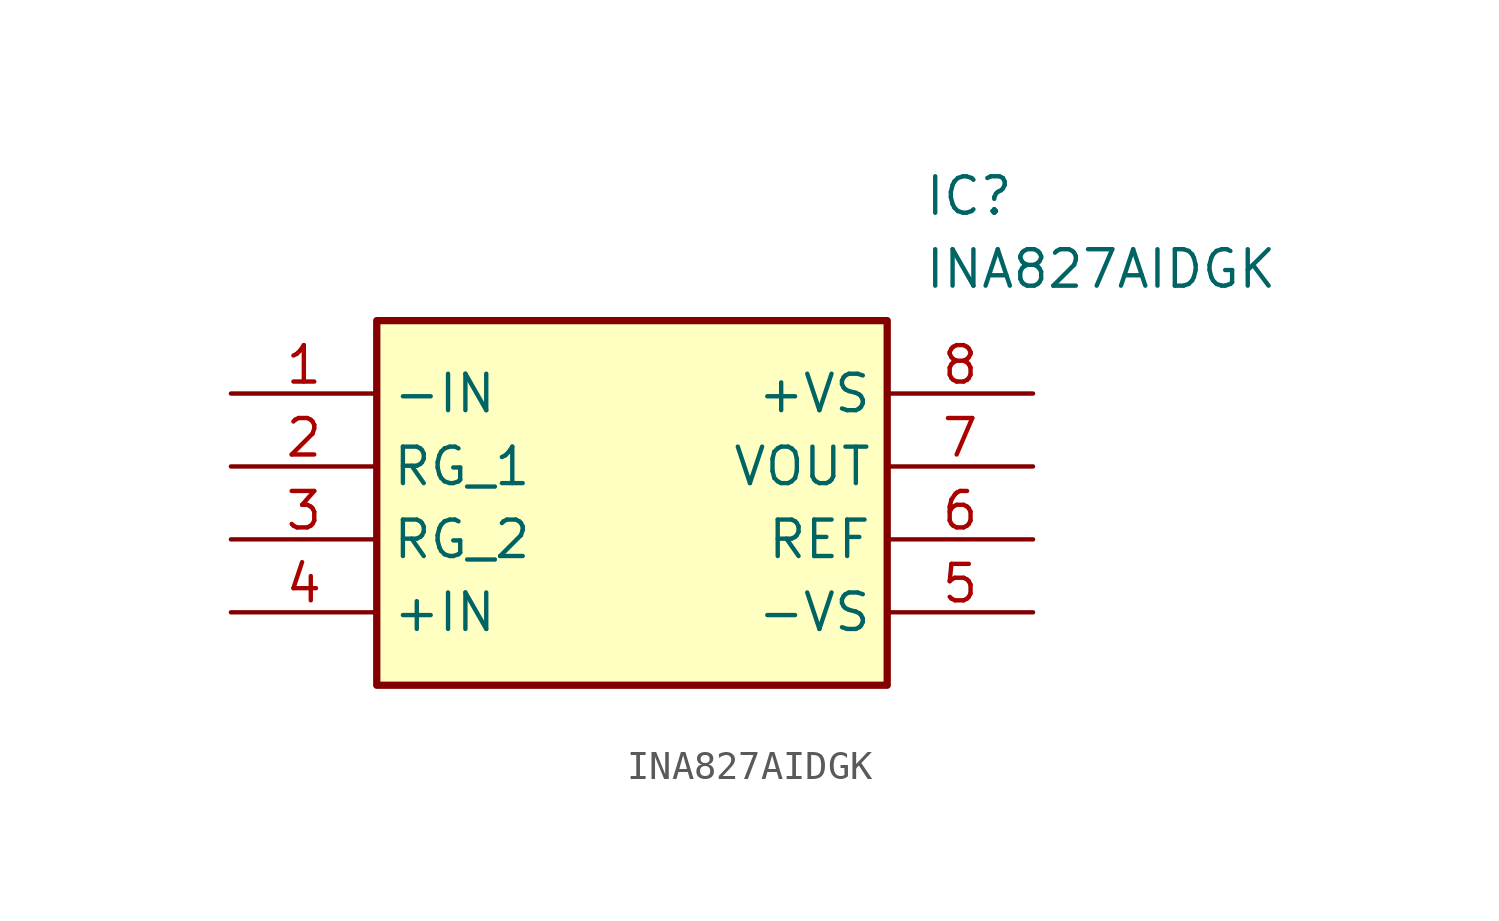
<source format=kicad_sym>
(kicad_symbol_lib
  (version 20211014)
  (generator SamacSys_ECAD_Model)
  (symbol "INA827AIDGK"
    (property "Reference" "IC"
      (at 24.13 7.62 0)
      (effects (font (size 1.27 1.27)) (justify left top)))
    (property "Value" "INA827AIDGK"
      (at 24.13 5.08 0)
      (effects (font (size 1.27 1.27)) (justify left top)))
    (rectangle
      (start 5.08 2.54)
      (end 22.86 -10.16)
      (stroke (width 0.254) (type default))
      (fill (type background)))
    (pin passive line
      (at 0 0 0)
      (length 5.08)
      (name "-IN" (effects (font (size 1.27 1.27))))
      (number "1" (effects (font (size 1.27 1.27)))))
    (pin passive line
      (at 0 -2.54 0)
      (length 5.08)
      (name "RG_1" (effects (font (size 1.27 1.27))))
      (number "2" (effects (font (size 1.27 1.27)))))
    (pin passive line
      (at 0 -5.08 0)
      (length 5.08)
      (name "RG_2" (effects (font (size 1.27 1.27))))
      (number "3" (effects (font (size 1.27 1.27)))))
    (pin passive line
      (at 0 -7.62 0)
      (length 5.08)
      (name "+IN" (effects (font (size 1.27 1.27))))
      (number "4" (effects (font (size 1.27 1.27)))))
    (pin passive line
      (at 27.94 0 180)
      (length 5.08)
      (name "+VS" (effects (font (size 1.27 1.27))))
      (number "8" (effects (font (size 1.27 1.27)))))
    (pin passive line
      (at 27.94 -2.54 180)
      (length 5.08)
      (name "VOUT" (effects (font (size 1.27 1.27))))
      (number "7" (effects (font (size 1.27 1.27)))))
    (pin passive line
      (at 27.94 -5.08 180)
      (length 5.08)
      (name "REF" (effects (font (size 1.27 1.27))))
      (number "6" (effects (font (size 1.27 1.27)))))
    (pin passive line
      (at 27.94 -7.62 180)
      (length 5.08)
      (name "-VS" (effects (font (size 1.27 1.27))))
      (number "5" (effects (font (size 1.27 1.27)))))))
</source>
